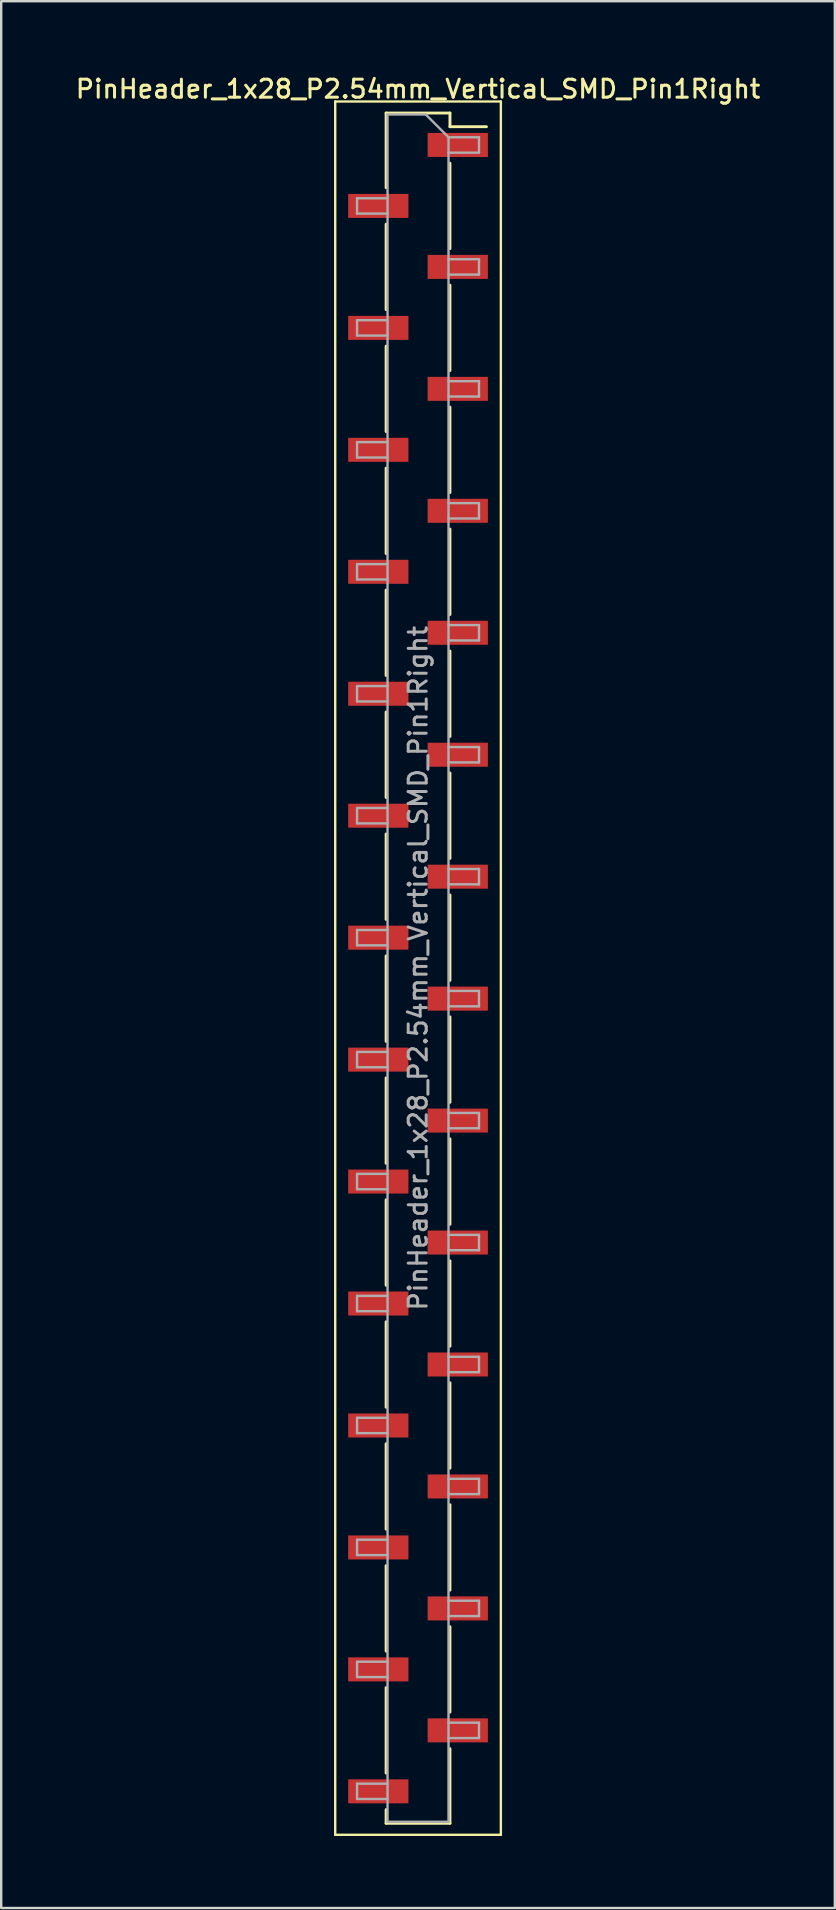
<source format=kicad_pcb>
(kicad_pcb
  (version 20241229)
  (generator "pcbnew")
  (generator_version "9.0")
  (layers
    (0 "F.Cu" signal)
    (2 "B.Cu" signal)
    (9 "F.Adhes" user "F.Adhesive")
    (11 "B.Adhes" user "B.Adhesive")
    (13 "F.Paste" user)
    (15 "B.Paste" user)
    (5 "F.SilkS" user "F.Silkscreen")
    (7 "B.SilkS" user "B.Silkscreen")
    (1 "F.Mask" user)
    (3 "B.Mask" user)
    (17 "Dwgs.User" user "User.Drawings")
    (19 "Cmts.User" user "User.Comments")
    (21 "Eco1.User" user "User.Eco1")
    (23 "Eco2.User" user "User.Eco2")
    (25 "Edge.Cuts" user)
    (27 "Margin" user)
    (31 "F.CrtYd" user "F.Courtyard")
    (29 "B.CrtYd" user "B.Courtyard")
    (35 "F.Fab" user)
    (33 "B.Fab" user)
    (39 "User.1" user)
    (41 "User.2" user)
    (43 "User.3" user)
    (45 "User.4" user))
  (footprint "PinHeader_1x28_P2.54mm_Vertical_SMD_Pin1Right"
    (layer "F.Cu")
    (at 14.363 37.278)
    (property "Reference" "PinHeader_1x28_P2.54mm_Vertical_SMD_Pin1Right" (at 0 -36.62 0) (layer "F.SilkS") (effects (font (size 0.75 0.75) (thickness 0.125))))
    (attr smd)
    (fp_line (start -3.45 -36.1) (end -3.45 36.1) (stroke (width 0.1) (type solid)) (layer "F.SilkS"))
    (fp_line (start -3.45 36.1) (end 3.45 36.1) (stroke (width 0.1) (type solid)) (layer "F.SilkS"))
    (fp_line (start -1.33 -35.62) (end -1.33 -32.51) (stroke (width 0.12) (type solid)) (layer "F.SilkS"))
    (fp_line (start -1.33 -35.62) (end 1.33 -35.62) (stroke (width 0.12) (type solid)) (layer "F.SilkS"))
    (fp_line (start -1.33 -30.99) (end -1.33 -27.43) (stroke (width 0.12) (type solid)) (layer "F.SilkS"))
    (fp_line (start -1.33 -25.91) (end -1.33 -22.35) (stroke (width 0.12) (type solid)) (layer "F.SilkS"))
    (fp_line (start -1.33 -20.83) (end -1.33 -17.27) (stroke (width 0.12) (type solid)) (layer "F.SilkS"))
    (fp_line (start -1.33 -15.75) (end -1.33 -12.19) (stroke (width 0.12) (type solid)) (layer "F.SilkS"))
    (fp_line (start -1.33 -10.67) (end -1.33 -7.11) (stroke (width 0.12) (type solid)) (layer "F.SilkS"))
    (fp_line (start -1.33 -5.59) (end -1.33 -2.03) (stroke (width 0.12) (type solid)) (layer "F.SilkS"))
    (fp_line (start -1.33 -0.51) (end -1.33 3.05) (stroke (width 0.12) (type solid)) (layer "F.SilkS"))
    (fp_line (start -1.33 4.57) (end -1.33 8.13) (stroke (width 0.12) (type solid)) (layer "F.SilkS"))
    (fp_line (start -1.33 9.65) (end -1.33 13.21) (stroke (width 0.12) (type solid)) (layer "F.SilkS"))
    (fp_line (start -1.33 14.73) (end -1.33 18.29) (stroke (width 0.12) (type solid)) (layer "F.SilkS"))
    (fp_line (start -1.33 19.81) (end -1.33 23.37) (stroke (width 0.12) (type solid)) (layer "F.SilkS"))
    (fp_line (start -1.33 24.89) (end -1.33 28.45) (stroke (width 0.12) (type solid)) (layer "F.SilkS"))
    (fp_line (start -1.33 29.97) (end -1.33 33.53) (stroke (width 0.12) (type solid)) (layer "F.SilkS"))
    (fp_line (start -1.33 35.05) (end -1.33 35.62) (stroke (width 0.12) (type solid)) (layer "F.SilkS"))
    (fp_line (start -1.33 35.62) (end 1.33 35.62) (stroke (width 0.12) (type solid)) (layer "F.SilkS"))
    (fp_line (start 1.33 -35.62) (end 1.33 -35.05) (stroke (width 0.12) (type solid)) (layer "F.SilkS"))
    (fp_line (start 1.33 -35.05) (end 2.85 -35.05) (stroke (width 0.12) (type solid)) (layer "F.SilkS"))
    (fp_line (start 1.33 -33.53) (end 1.33 -29.97) (stroke (width 0.12) (type solid)) (layer "F.SilkS"))
    (fp_line (start 1.33 -28.45) (end 1.33 -24.89) (stroke (width 0.12) (type solid)) (layer "F.SilkS"))
    (fp_line (start 1.33 -23.37) (end 1.33 -19.81) (stroke (width 0.12) (type solid)) (layer "F.SilkS"))
    (fp_line (start 1.33 -18.29) (end 1.33 -14.73) (stroke (width 0.12) (type solid)) (layer "F.SilkS"))
    (fp_line (start 1.33 -13.21) (end 1.33 -9.65) (stroke (width 0.12) (type solid)) (layer "F.SilkS"))
    (fp_line (start 1.33 -8.13) (end 1.33 -4.57) (stroke (width 0.12) (type solid)) (layer "F.SilkS"))
    (fp_line (start 1.33 -3.05) (end 1.33 0.51) (stroke (width 0.12) (type solid)) (layer "F.SilkS"))
    (fp_line (start 1.33 2.03) (end 1.33 5.59) (stroke (width 0.12) (type solid)) (layer "F.SilkS"))
    (fp_line (start 1.33 7.11) (end 1.33 10.67) (stroke (width 0.12) (type solid)) (layer "F.SilkS"))
    (fp_line (start 1.33 12.19) (end 1.33 15.75) (stroke (width 0.12) (type solid)) (layer "F.SilkS"))
    (fp_line (start 1.33 17.27) (end 1.33 20.83) (stroke (width 0.12) (type solid)) (layer "F.SilkS"))
    (fp_line (start 1.33 22.35) (end 1.33 25.91) (stroke (width 0.12) (type solid)) (layer "F.SilkS"))
    (fp_line (start 1.33 27.43) (end 1.33 30.99) (stroke (width 0.12) (type solid)) (layer "F.SilkS"))
    (fp_line (start 1.33 32.51) (end 1.33 35.62) (stroke (width 0.12) (type solid)) (layer "F.SilkS"))
    (fp_line (start 3.45 -36.1) (end -3.45 -36.1) (stroke (width 0.1) (type solid)) (layer "F.SilkS"))
    (fp_line (start 3.45 36.1) (end 3.45 -36.1) (stroke (width 0.1) (type solid)) (layer "F.SilkS"))
    (fp_line (start -2.54 -32.07) (end -2.54 -31.43) (stroke (width 0.1) (type solid)) (layer "F.Fab"))
    (fp_line (start -2.54 -31.43) (end -1.27 -31.43) (stroke (width 0.1) (type solid)) (layer "F.Fab"))
    (fp_line (start -2.54 -26.99) (end -2.54 -26.35) (stroke (width 0.1) (type solid)) (layer "F.Fab"))
    (fp_line (start -2.54 -26.35) (end -1.27 -26.35) (stroke (width 0.1) (type solid)) (layer "F.Fab"))
    (fp_line (start -2.54 -21.91) (end -2.54 -21.27) (stroke (width 0.1) (type solid)) (layer "F.Fab"))
    (fp_line (start -2.54 -21.27) (end -1.27 -21.27) (stroke (width 0.1) (type solid)) (layer "F.Fab"))
    (fp_line (start -2.54 -16.83) (end -2.54 -16.19) (stroke (width 0.1) (type solid)) (layer "F.Fab"))
    (fp_line (start -2.54 -16.19) (end -1.27 -16.19) (stroke (width 0.1) (type solid)) (layer "F.Fab"))
    (fp_line (start -2.54 -11.75) (end -2.54 -11.11) (stroke (width 0.1) (type solid)) (layer "F.Fab"))
    (fp_line (start -2.54 -11.11) (end -1.27 -11.11) (stroke (width 0.1) (type solid)) (layer "F.Fab"))
    (fp_line (start -2.54 -6.67) (end -2.54 -6.03) (stroke (width 0.1) (type solid)) (layer "F.Fab"))
    (fp_line (start -2.54 -6.03) (end -1.27 -6.03) (stroke (width 0.1) (type solid)) (layer "F.Fab"))
    (fp_line (start -2.54 -1.59) (end -2.54 -0.95) (stroke (width 0.1) (type solid)) (layer "F.Fab"))
    (fp_line (start -2.54 -0.95) (end -1.27 -0.95) (stroke (width 0.1) (type solid)) (layer "F.Fab"))
    (fp_line (start -2.54 3.49) (end -2.54 4.13) (stroke (width 0.1) (type solid)) (layer "F.Fab"))
    (fp_line (start -2.54 4.13) (end -1.27 4.13) (stroke (width 0.1) (type solid)) (layer "F.Fab"))
    (fp_line (start -2.54 8.57) (end -2.54 9.21) (stroke (width 0.1) (type solid)) (layer "F.Fab"))
    (fp_line (start -2.54 9.21) (end -1.27 9.21) (stroke (width 0.1) (type solid)) (layer "F.Fab"))
    (fp_line (start -2.54 13.65) (end -2.54 14.29) (stroke (width 0.1) (type solid)) (layer "F.Fab"))
    (fp_line (start -2.54 14.29) (end -1.27 14.29) (stroke (width 0.1) (type solid)) (layer "F.Fab"))
    (fp_line (start -2.54 18.73) (end -2.54 19.37) (stroke (width 0.1) (type solid)) (layer "F.Fab"))
    (fp_line (start -2.54 19.37) (end -1.27 19.37) (stroke (width 0.1) (type solid)) (layer "F.Fab"))
    (fp_line (start -2.54 23.81) (end -2.54 24.45) (stroke (width 0.1) (type solid)) (layer "F.Fab"))
    (fp_line (start -2.54 24.45) (end -1.27 24.45) (stroke (width 0.1) (type solid)) (layer "F.Fab"))
    (fp_line (start -2.54 28.89) (end -2.54 29.53) (stroke (width 0.1) (type solid)) (layer "F.Fab"))
    (fp_line (start -2.54 29.53) (end -1.27 29.53) (stroke (width 0.1) (type solid)) (layer "F.Fab"))
    (fp_line (start -2.54 33.97) (end -2.54 34.61) (stroke (width 0.1) (type solid)) (layer "F.Fab"))
    (fp_line (start -2.54 34.61) (end -1.27 34.61) (stroke (width 0.1) (type solid)) (layer "F.Fab"))
    (fp_line (start -1.27 -35.56) (end -1.27 35.56) (stroke (width 0.1) (type solid)) (layer "F.Fab"))
    (fp_line (start -1.27 -35.56) (end 0.32 -35.56) (stroke (width 0.1) (type solid)) (layer "F.Fab"))
    (fp_line (start -1.27 -32.07) (end -2.54 -32.07) (stroke (width 0.1) (type solid)) (layer "F.Fab"))
    (fp_line (start -1.27 -26.99) (end -2.54 -26.99) (stroke (width 0.1) (type solid)) (layer "F.Fab"))
    (fp_line (start -1.27 -21.91) (end -2.54 -21.91) (stroke (width 0.1) (type solid)) (layer "F.Fab"))
    (fp_line (start -1.27 -16.83) (end -2.54 -16.83) (stroke (width 0.1) (type solid)) (layer "F.Fab"))
    (fp_line (start -1.27 -11.75) (end -2.54 -11.75) (stroke (width 0.1) (type solid)) (layer "F.Fab"))
    (fp_line (start -1.27 -6.67) (end -2.54 -6.67) (stroke (width 0.1) (type solid)) (layer "F.Fab"))
    (fp_line (start -1.27 -1.59) (end -2.54 -1.59) (stroke (width 0.1) (type solid)) (layer "F.Fab"))
    (fp_line (start -1.27 3.49) (end -2.54 3.49) (stroke (width 0.1) (type solid)) (layer "F.Fab"))
    (fp_line (start -1.27 8.57) (end -2.54 8.57) (stroke (width 0.1) (type solid)) (layer "F.Fab"))
    (fp_line (start -1.27 13.65) (end -2.54 13.65) (stroke (width 0.1) (type solid)) (layer "F.Fab"))
    (fp_line (start -1.27 18.73) (end -2.54 18.73) (stroke (width 0.1) (type solid)) (layer "F.Fab"))
    (fp_line (start -1.27 23.81) (end -2.54 23.81) (stroke (width 0.1) (type solid)) (layer "F.Fab"))
    (fp_line (start -1.27 28.89) (end -2.54 28.89) (stroke (width 0.1) (type solid)) (layer "F.Fab"))
    (fp_line (start -1.27 33.97) (end -2.54 33.97) (stroke (width 0.1) (type solid)) (layer "F.Fab"))
    (fp_line (start 1.27 -34.61) (end 0.32 -35.56) (stroke (width 0.1) (type solid)) (layer "F.Fab"))
    (fp_line (start 1.27 -34.61) (end 2.54 -34.61) (stroke (width 0.1) (type solid)) (layer "F.Fab"))
    (fp_line (start 1.27 -29.53) (end 2.54 -29.53) (stroke (width 0.1) (type solid)) (layer "F.Fab"))
    (fp_line (start 1.27 -24.45) (end 2.54 -24.45) (stroke (width 0.1) (type solid)) (layer "F.Fab"))
    (fp_line (start 1.27 -19.37) (end 2.54 -19.37) (stroke (width 0.1) (type solid)) (layer "F.Fab"))
    (fp_line (start 1.27 -14.29) (end 2.54 -14.29) (stroke (width 0.1) (type solid)) (layer "F.Fab"))
    (fp_line (start 1.27 -9.21) (end 2.54 -9.21) (stroke (width 0.1) (type solid)) (layer "F.Fab"))
    (fp_line (start 1.27 -4.13) (end 2.54 -4.13) (stroke (width 0.1) (type solid)) (layer "F.Fab"))
    (fp_line (start 1.27 0.95) (end 2.54 0.95) (stroke (width 0.1) (type solid)) (layer "F.Fab"))
    (fp_line (start 1.27 6.03) (end 2.54 6.03) (stroke (width 0.1) (type solid)) (layer "F.Fab"))
    (fp_line (start 1.27 11.11) (end 2.54 11.11) (stroke (width 0.1) (type solid)) (layer "F.Fab"))
    (fp_line (start 1.27 16.19) (end 2.54 16.19) (stroke (width 0.1) (type solid)) (layer "F.Fab"))
    (fp_line (start 1.27 21.27) (end 2.54 21.27) (stroke (width 0.1) (type solid)) (layer "F.Fab"))
    (fp_line (start 1.27 26.35) (end 2.54 26.35) (stroke (width 0.1) (type solid)) (layer "F.Fab"))
    (fp_line (start 1.27 31.43) (end 2.54 31.43) (stroke (width 0.1) (type solid)) (layer "F.Fab"))
    (fp_line (start 1.27 35.56) (end -1.27 35.56) (stroke (width 0.1) (type solid)) (layer "F.Fab"))
    (fp_line (start 1.27 35.56) (end 1.27 -34.61) (stroke (width 0.1) (type solid)) (layer "F.Fab"))
    (fp_line (start 2.54 -34.61) (end 2.54 -33.97) (stroke (width 0.1) (type solid)) (layer "F.Fab"))
    (fp_line (start 2.54 -33.97) (end 1.27 -33.97) (stroke (width 0.1) (type solid)) (layer "F.Fab"))
    (fp_line (start 2.54 -29.53) (end 2.54 -28.89) (stroke (width 0.1) (type solid)) (layer "F.Fab"))
    (fp_line (start 2.54 -28.89) (end 1.27 -28.89) (stroke (width 0.1) (type solid)) (layer "F.Fab"))
    (fp_line (start 2.54 -24.45) (end 2.54 -23.81) (stroke (width 0.1) (type solid)) (layer "F.Fab"))
    (fp_line (start 2.54 -23.81) (end 1.27 -23.81) (stroke (width 0.1) (type solid)) (layer "F.Fab"))
    (fp_line (start 2.54 -19.37) (end 2.54 -18.73) (stroke (width 0.1) (type solid)) (layer "F.Fab"))
    (fp_line (start 2.54 -18.73) (end 1.27 -18.73) (stroke (width 0.1) (type solid)) (layer "F.Fab"))
    (fp_line (start 2.54 -14.29) (end 2.54 -13.65) (stroke (width 0.1) (type solid)) (layer "F.Fab"))
    (fp_line (start 2.54 -13.65) (end 1.27 -13.65) (stroke (width 0.1) (type solid)) (layer "F.Fab"))
    (fp_line (start 2.54 -9.21) (end 2.54 -8.57) (stroke (width 0.1) (type solid)) (layer "F.Fab"))
    (fp_line (start 2.54 -8.57) (end 1.27 -8.57) (stroke (width 0.1) (type solid)) (layer "F.Fab"))
    (fp_line (start 2.54 -4.13) (end 2.54 -3.49) (stroke (width 0.1) (type solid)) (layer "F.Fab"))
    (fp_line (start 2.54 -3.49) (end 1.27 -3.49) (stroke (width 0.1) (type solid)) (layer "F.Fab"))
    (fp_line (start 2.54 0.95) (end 2.54 1.59) (stroke (width 0.1) (type solid)) (layer "F.Fab"))
    (fp_line (start 2.54 1.59) (end 1.27 1.59) (stroke (width 0.1) (type solid)) (layer "F.Fab"))
    (fp_line (start 2.54 6.03) (end 2.54 6.67) (stroke (width 0.1) (type solid)) (layer "F.Fab"))
    (fp_line (start 2.54 6.67) (end 1.27 6.67) (stroke (width 0.1) (type solid)) (layer "F.Fab"))
    (fp_line (start 2.54 11.11) (end 2.54 11.75) (stroke (width 0.1) (type solid)) (layer "F.Fab"))
    (fp_line (start 2.54 11.75) (end 1.27 11.75) (stroke (width 0.1) (type solid)) (layer "F.Fab"))
    (fp_line (start 2.54 16.19) (end 2.54 16.83) (stroke (width 0.1) (type solid)) (layer "F.Fab"))
    (fp_line (start 2.54 16.83) (end 1.27 16.83) (stroke (width 0.1) (type solid)) (layer "F.Fab"))
    (fp_line (start 2.54 21.27) (end 2.54 21.91) (stroke (width 0.1) (type solid)) (layer "F.Fab"))
    (fp_line (start 2.54 21.91) (end 1.27 21.91) (stroke (width 0.1) (type solid)) (layer "F.Fab"))
    (fp_line (start 2.54 26.35) (end 2.54 26.99) (stroke (width 0.1) (type solid)) (layer "F.Fab"))
    (fp_line (start 2.54 26.99) (end 1.27 26.99) (stroke (width 0.1) (type solid)) (layer "F.Fab"))
    (fp_line (start 2.54 31.43) (end 2.54 32.07) (stroke (width 0.1) (type solid)) (layer "F.Fab"))
    (fp_line (start 2.54 32.07) (end 1.27 32.07) (stroke (width 0.1) (type solid)) (layer "F.Fab"))
    (fp_text user "${REFERENCE}" (at 0 0 90) (layer "F.Fab") (effects (font (size 0.75 0.75) (thickness 0.125))))
    (pad "1" smd rect (at 1.655 -34.29) (size 2.51 1) (layers "F.Cu" "F.Mask" "F.Paste"))
    (pad "2" smd rect (at -1.655 -31.75) (size 2.51 1) (layers "F.Cu" "F.Mask" "F.Paste"))
    (pad "3" smd rect (at 1.655 -29.21) (size 2.51 1) (layers "F.Cu" "F.Mask" "F.Paste"))
    (pad "4" smd rect (at -1.655 -26.67) (size 2.51 1) (layers "F.Cu" "F.Mask" "F.Paste"))
    (pad "5" smd rect (at 1.655 -24.13) (size 2.51 1) (layers "F.Cu" "F.Mask" "F.Paste"))
    (pad "6" smd rect (at -1.655 -21.59) (size 2.51 1) (layers "F.Cu" "F.Mask" "F.Paste"))
    (pad "7" smd rect (at 1.655 -19.05) (size 2.51 1) (layers "F.Cu" "F.Mask" "F.Paste"))
    (pad "8" smd rect (at -1.655 -16.51) (size 2.51 1) (layers "F.Cu" "F.Mask" "F.Paste"))
    (pad "9" smd rect (at 1.655 -13.97) (size 2.51 1) (layers "F.Cu" "F.Mask" "F.Paste"))
    (pad "10" smd rect (at -1.655 -11.43) (size 2.51 1) (layers "F.Cu" "F.Mask" "F.Paste"))
    (pad "11" smd rect (at 1.655 -8.89) (size 2.51 1) (layers "F.Cu" "F.Mask" "F.Paste"))
    (pad "12" smd rect (at -1.655 -6.35) (size 2.51 1) (layers "F.Cu" "F.Mask" "F.Paste"))
    (pad "13" smd rect (at 1.655 -3.81) (size 2.51 1) (layers "F.Cu" "F.Mask" "F.Paste"))
    (pad "14" smd rect (at -1.655 -1.27) (size 2.51 1) (layers "F.Cu" "F.Mask" "F.Paste"))
    (pad "15" smd rect (at 1.655 1.27) (size 2.51 1) (layers "F.Cu" "F.Mask" "F.Paste"))
    (pad "16" smd rect (at -1.655 3.81) (size 2.51 1) (layers "F.Cu" "F.Mask" "F.Paste"))
    (pad "17" smd rect (at 1.655 6.35) (size 2.51 1) (layers "F.Cu" "F.Mask" "F.Paste"))
    (pad "18" smd rect (at -1.655 8.89) (size 2.51 1) (layers "F.Cu" "F.Mask" "F.Paste"))
    (pad "19" smd rect (at 1.655 11.43) (size 2.51 1) (layers "F.Cu" "F.Mask" "F.Paste"))
    (pad "20" smd rect (at -1.655 13.97) (size 2.51 1) (layers "F.Cu" "F.Mask" "F.Paste"))
    (pad "21" smd rect (at 1.655 16.51) (size 2.51 1) (layers "F.Cu" "F.Mask" "F.Paste"))
    (pad "22" smd rect (at -1.655 19.05) (size 2.51 1) (layers "F.Cu" "F.Mask" "F.Paste"))
    (pad "23" smd rect (at 1.655 21.59) (size 2.51 1) (layers "F.Cu" "F.Mask" "F.Paste"))
    (pad "24" smd rect (at -1.655 24.13) (size 2.51 1) (layers "F.Cu" "F.Mask" "F.Paste"))
    (pad "25" smd rect (at 1.655 26.67) (size 2.51 1) (layers "F.Cu" "F.Mask" "F.Paste"))
    (pad "26" smd rect (at -1.655 29.21) (size 2.51 1) (layers "F.Cu" "F.Mask" "F.Paste"))
    (pad "27" smd rect (at 1.655 31.75) (size 2.51 1) (layers "F.Cu" "F.Mask" "F.Paste"))
    (pad "28" smd rect (at -1.655 34.29) (size 2.51 1) (layers "F.Cu" "F.Mask" "F.Paste")))
  (gr_rect
    (start -3 -3)
    (end 31.725 76.428)
    (stroke (width 0.1) (type default))
    (fill no)
    (layer "Edge.Cuts")))
</source>
